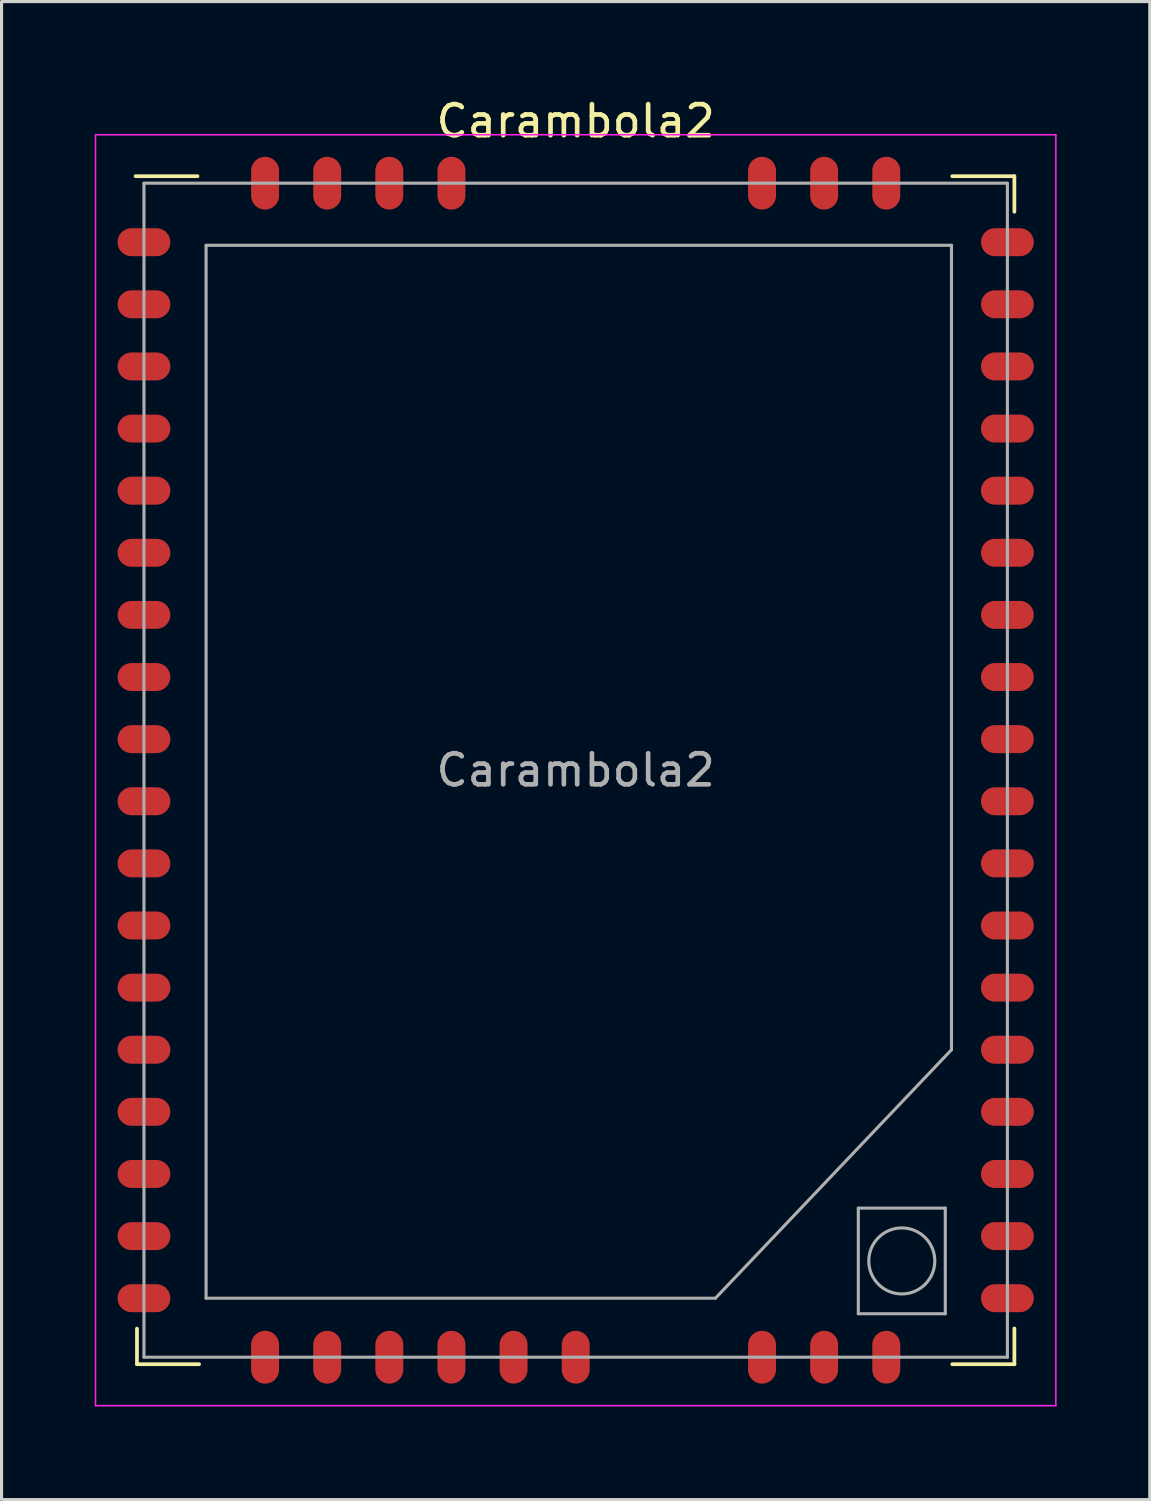
<source format=kicad_pcb>
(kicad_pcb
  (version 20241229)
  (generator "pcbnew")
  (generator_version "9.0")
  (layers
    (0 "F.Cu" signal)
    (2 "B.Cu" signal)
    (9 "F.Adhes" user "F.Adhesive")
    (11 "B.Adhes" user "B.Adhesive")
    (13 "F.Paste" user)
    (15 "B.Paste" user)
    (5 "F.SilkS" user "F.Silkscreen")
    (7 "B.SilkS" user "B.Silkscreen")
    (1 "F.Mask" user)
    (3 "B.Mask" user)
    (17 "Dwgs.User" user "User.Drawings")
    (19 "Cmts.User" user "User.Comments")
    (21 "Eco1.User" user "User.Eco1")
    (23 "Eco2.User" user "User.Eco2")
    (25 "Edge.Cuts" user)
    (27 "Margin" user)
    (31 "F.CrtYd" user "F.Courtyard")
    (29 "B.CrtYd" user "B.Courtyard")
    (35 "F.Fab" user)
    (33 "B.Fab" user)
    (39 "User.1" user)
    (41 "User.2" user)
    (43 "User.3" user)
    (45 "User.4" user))
  (footprint "Carambola2"
    (layer "F.Cu")
    (at 15.485 21.748)
    (property "Reference" "Carambola2" (at 0 -20.9 0) (layer "F.SilkS") (effects (font (size 1 1) (thickness 0.15))))
    (attr smd)
    (fp_line (start -14.17 -19.125) (end -12.175 -19.125) (stroke (width 0.12) (type solid)) (layer "F.SilkS"))
    (fp_line (start -14.125 17.98) (end -14.125 19.125) (stroke (width 0.12) (type solid)) (layer "F.SilkS"))
    (fp_line (start -12.125 19.125) (end -14.125 19.125) (stroke (width 0.12) (type solid)) (layer "F.SilkS"))
    (fp_line (start 12.125 -19.125) (end 14.125 -19.125) (stroke (width 0.12) (type solid)) (layer "F.SilkS"))
    (fp_line (start 12.125 19.125) (end 14.125 19.125) (stroke (width 0.12) (type solid)) (layer "F.SilkS"))
    (fp_line (start 14.125 -17.98) (end 14.125 -19.125) (stroke (width 0.12) (type solid)) (layer "F.SilkS"))
    (fp_line (start 14.125 17.975) (end 14.125 19.125) (stroke (width 0.12) (type solid)) (layer "F.SilkS"))
    (fp_line (start -15.46 -20.46) (end 15.46 -20.46) (stroke (width 0.05) (type solid)) (layer "F.CrtYd"))
    (fp_line (start -15.46 20.46) (end -15.46 -20.46) (stroke (width 0.05) (type solid)) (layer "F.CrtYd"))
    (fp_line (start 15.46 -20.46) (end 15.46 20.46) (stroke (width 0.05) (type solid)) (layer "F.CrtYd"))
    (fp_line (start 15.46 20.46) (end -15.46 20.46) (stroke (width 0.05) (type solid)) (layer "F.CrtYd"))
    (fp_line (start -13.9 -18.9) (end -13.9 18.9) (stroke (width 0.1) (type solid)) (layer "F.Fab"))
    (fp_line (start -13.9 18.9) (end 13.9 18.9) (stroke (width 0.1) (type solid)) (layer "F.Fab"))
    (fp_line (start -11.9 -16.9) (end -11.9 17) (stroke (width 0.1) (type solid)) (layer "F.Fab"))
    (fp_line (start -11.9 17) (end 4.5 17) (stroke (width 0.1) (type solid)) (layer "F.Fab"))
    (fp_line (start 4.5 17) (end 12.1 9) (stroke (width 0.1) (type solid)) (layer "F.Fab"))
    (fp_line (start 9.1 14.1) (end 11.9 14.1) (stroke (width 0.1) (type solid)) (layer "F.Fab"))
    (fp_line (start 9.1 17.5) (end 9.1 14.1) (stroke (width 0.1) (type solid)) (layer "F.Fab"))
    (fp_line (start 11.9 14.1) (end 11.9 17.5) (stroke (width 0.1) (type solid)) (layer "F.Fab"))
    (fp_line (start 11.9 17.5) (end 9.1 17.5) (stroke (width 0.1) (type solid)) (layer "F.Fab"))
    (fp_line (start 12.1 -16.9) (end -11.9 -16.9) (stroke (width 0.1) (type solid)) (layer "F.Fab"))
    (fp_line (start 12.1 9) (end 12.1 -16.9) (stroke (width 0.1) (type solid)) (layer "F.Fab"))
    (fp_line (start 13.9 -18.9) (end -13.9 -18.9) (stroke (width 0.1) (type solid)) (layer "F.Fab"))
    (fp_line (start 13.9 18.9) (end 13.9 -18.9) (stroke (width 0.1) (type solid)) (layer "F.Fab"))
    (fp_circle (center 10.5 15.8) (end 10.5 16.863) (stroke (width 0.1) (type solid)) (fill no) (layer "F.Fab"))
    (fp_text user "${REFERENCE}" (at 0 0 0) (layer "F.Fab") (effects (font (size 1 1) (thickness 0.15))))
    (pad "" smd custom (at -13.5 -17 180) (size 0.9 0.9) (layers "F.Paste") (options (anchor circle)) (primitives (gr_poly (pts (xy 1.27 0.45) (xy -0.01 0.45) (xy -0.01 -0.45) (xy 1.27 -0.45)) (width 0) (fill yes)) (gr_poly (pts (xy 0.76 -0.63) (xy 1.63 -0.63) (xy 1.63 0.63) (xy 0.76 0.63)) (width 0.2) (fill yes))))
    (pad "" smd custom (at -13.5 -15 180) (size 0.9 0.9) (layers "F.Paste") (options (anchor circle)) (primitives (gr_poly (pts (xy 1.27 0.45) (xy -0.01 0.45) (xy -0.01 -0.45) (xy 1.27 -0.45)) (width 0) (fill yes)) (gr_poly (pts (xy 0.76 -0.63) (xy 1.63 -0.63) (xy 1.63 0.63) (xy 0.76 0.63)) (width 0.2) (fill yes))))
    (pad "" smd custom (at -13.5 -13 180) (size 0.9 0.9) (layers "F.Paste") (options (anchor circle)) (primitives (gr_poly (pts (xy 1.27 0.45) (xy -0.01 0.45) (xy -0.01 -0.45) (xy 1.27 -0.45)) (width 0) (fill yes)) (gr_poly (pts (xy 0.76 -0.63) (xy 1.63 -0.63) (xy 1.63 0.63) (xy 0.76 0.63)) (width 0.2) (fill yes))))
    (pad "" smd custom (at -13.5 -9 180) (size 0.9 0.9) (layers "F.Paste") (options (anchor circle)) (primitives (gr_poly (pts (xy 1.27 0.45) (xy -0.01 0.45) (xy -0.01 -0.45) (xy 1.27 -0.45)) (width 0) (fill yes)) (gr_poly (pts (xy 0.76 -0.63) (xy 1.63 -0.63) (xy 1.63 0.63) (xy 0.76 0.63)) (width 0.2) (fill yes))))
    (pad "" smd custom (at -13.5 -7 180) (size 0.9 0.9) (layers "F.Paste") (options (anchor circle)) (primitives (gr_poly (pts (xy 1.27 0.45) (xy -0.01 0.45) (xy -0.01 -0.45) (xy 1.27 -0.45)) (width 0) (fill yes)) (gr_poly (pts (xy 0.76 -0.63) (xy 1.63 -0.63) (xy 1.63 0.63) (xy 0.76 0.63)) (width 0.2) (fill yes))))
    (pad "" smd custom (at -13.5 -5 180) (size 0.9 0.9) (layers "F.Paste") (options (anchor circle)) (primitives (gr_poly (pts (xy 1.27 0.45) (xy -0.01 0.45) (xy -0.01 -0.45) (xy 1.27 -0.45)) (width 0) (fill yes)) (gr_poly (pts (xy 0.76 -0.63) (xy 1.63 -0.63) (xy 1.63 0.63) (xy 0.76 0.63)) (width 0.2) (fill yes))))
    (pad "" smd custom (at -13.5 -3 180) (size 0.9 0.9) (layers "F.Paste") (options (anchor circle)) (primitives (gr_poly (pts (xy 1.27 0.45) (xy -0.01 0.45) (xy -0.01 -0.45) (xy 1.27 -0.45)) (width 0) (fill yes)) (gr_poly (pts (xy 0.76 -0.63) (xy 1.63 -0.63) (xy 1.63 0.63) (xy 0.76 0.63)) (width 0.2) (fill yes))))
    (pad "" smd custom (at -13.5 -1 180) (size 0.9 0.9) (layers "F.Paste") (options (anchor circle)) (primitives (gr_poly (pts (xy 1.27 0.45) (xy -0.01 0.45) (xy -0.01 -0.45) (xy 1.27 -0.45)) (width 0) (fill yes)) (gr_poly (pts (xy 0.76 -0.63) (xy 1.63 -0.63) (xy 1.63 0.63) (xy 0.76 0.63)) (width 0.2) (fill yes))))
    (pad "" smd custom (at -13.5 1 180) (size 0.9 0.9) (layers "F.Paste") (options (anchor circle)) (primitives (gr_poly (pts (xy 1.27 0.45) (xy -0.01 0.45) (xy -0.01 -0.45) (xy 1.27 -0.45)) (width 0) (fill yes)) (gr_poly (pts (xy 0.76 -0.63) (xy 1.63 -0.63) (xy 1.63 0.63) (xy 0.76 0.63)) (width 0.2) (fill yes))))
    (pad "" smd custom (at -13.5 3 180) (size 0.9 0.9) (layers "F.Paste") (options (anchor circle)) (primitives (gr_poly (pts (xy 1.27 0.45) (xy -0.01 0.45) (xy -0.01 -0.45) (xy 1.27 -0.45)) (width 0) (fill yes)) (gr_poly (pts (xy 0.76 -0.63) (xy 1.63 -0.63) (xy 1.63 0.63) (xy 0.76 0.63)) (width 0.2) (fill yes))))
    (pad "" smd custom (at -13.5 5 180) (size 0.9 0.9) (layers "F.Paste") (options (anchor circle)) (primitives (gr_poly (pts (xy 1.27 0.45) (xy -0.01 0.45) (xy -0.01 -0.45) (xy 1.27 -0.45)) (width 0) (fill yes)) (gr_poly (pts (xy 0.76 -0.63) (xy 1.63 -0.63) (xy 1.63 0.63) (xy 0.76 0.63)) (width 0.2) (fill yes))))
    (pad "" smd custom (at -13.5 7 180) (size 0.9 0.9) (layers "F.Paste") (options (anchor circle)) (primitives (gr_poly (pts (xy 1.27 0.45) (xy -0.01 0.45) (xy -0.01 -0.45) (xy 1.27 -0.45)) (width 0) (fill yes)) (gr_poly (pts (xy 0.76 -0.63) (xy 1.63 -0.63) (xy 1.63 0.63) (xy 0.76 0.63)) (width 0.2) (fill yes))))
    (pad "" smd custom (at -13.5 9 180) (size 0.9 0.9) (layers "F.Paste") (options (anchor circle)) (primitives (gr_poly (pts (xy 1.27 0.45) (xy -0.01 0.45) (xy -0.01 -0.45) (xy 1.27 -0.45)) (width 0) (fill yes)) (gr_poly (pts (xy 0.76 -0.63) (xy 1.63 -0.63) (xy 1.63 0.63) (xy 0.76 0.63)) (width 0.2) (fill yes))))
    (pad "" smd custom (at -13.5 11 180) (size 0.9 0.9) (layers "F.Paste") (options (anchor circle)) (primitives (gr_poly (pts (xy 1.27 0.45) (xy -0.01 0.45) (xy -0.01 -0.45) (xy 1.27 -0.45)) (width 0) (fill yes)) (gr_poly (pts (xy 0.76 -0.63) (xy 1.63 -0.63) (xy 1.63 0.63) (xy 0.76 0.63)) (width 0.2) (fill yes))))
    (pad "" smd custom (at -13.5 15 180) (size 0.9 0.9) (layers "F.Paste") (options (anchor circle)) (primitives (gr_poly (pts (xy 1.27 0.45) (xy -0.01 0.45) (xy -0.01 -0.45) (xy 1.27 -0.45)) (width 0) (fill yes)) (gr_poly (pts (xy 0.76 -0.63) (xy 1.63 -0.63) (xy 1.63 0.63) (xy 0.76 0.63)) (width 0.2) (fill yes))))
    (pad "" smd custom (at -13.5 17 180) (size 0.9 0.9) (layers "F.Paste") (options (anchor circle)) (primitives (gr_poly (pts (xy 1.27 0.45) (xy -0.01 0.45) (xy -0.01 -0.45) (xy 1.27 -0.45)) (width 0) (fill yes)) (gr_poly (pts (xy 0.76 -0.63) (xy 1.63 -0.63) (xy 1.63 0.63) (xy 0.76 0.63)) (width 0.2) (fill yes))))
    (pad "" smd custom (at -13.45 -11 180) (size 0.9 0.9) (layers "F.Paste") (options (anchor circle)) (primitives (gr_poly (pts (xy 1.27 0.45) (xy -0.01 0.45) (xy -0.01 -0.45) (xy 1.27 -0.45)) (width 0) (fill yes)) (gr_poly (pts (xy 0.76 -0.63) (xy 1.63 -0.63) (xy 1.63 0.63) (xy 0.76 0.63)) (width 0.2) (fill yes))))
    (pad "" smd custom (at -13.45 13 180) (size 0.9 0.9) (layers "F.Paste") (options (anchor circle)) (primitives (gr_poly (pts (xy 1.27 0.45) (xy -0.01 0.45) (xy -0.01 -0.45) (xy 1.27 -0.45)) (width 0) (fill yes)) (gr_poly (pts (xy 0.76 -0.63) (xy 1.63 -0.63) (xy 1.63 0.63) (xy 0.76 0.63)) (width 0.2) (fill yes))))
    (pad "" smd custom (at -10 -18.5 90) (size 0.9 0.9) (layers "F.Paste") (options (anchor circle)) (primitives (gr_poly (pts (xy 1.27 0.45) (xy -0.01 0.45) (xy -0.01 -0.45) (xy 1.27 -0.45)) (width 0) (fill yes)) (gr_poly (pts (xy 0.76 -0.63) (xy 1.63 -0.63) (xy 1.63 0.63) (xy 0.76 0.63)) (width 0.2) (fill yes))))
    (pad "" smd custom (at -10 18.5 270) (size 0.9 0.9) (layers "F.Paste") (options (anchor circle)) (primitives (gr_poly (pts (xy 1.27 0.45) (xy -0.01 0.45) (xy -0.01 -0.45) (xy 1.27 -0.45)) (width 0) (fill yes)) (gr_poly (pts (xy 0.76 -0.63) (xy 1.63 -0.63) (xy 1.63 0.63) (xy 0.76 0.63)) (width 0.2) (fill yes))))
    (pad "" smd custom (at -8 -18.5 90) (size 0.9 0.9) (layers "F.Paste") (options (anchor circle)) (primitives (gr_poly (pts (xy 1.27 0.45) (xy -0.01 0.45) (xy -0.01 -0.45) (xy 1.27 -0.45)) (width 0) (fill yes)) (gr_poly (pts (xy 0.76 -0.63) (xy 1.63 -0.63) (xy 1.63 0.63) (xy 0.76 0.63)) (width 0.2) (fill yes))))
    (pad "" smd custom (at -8 18.5 270) (size 0.9 0.9) (layers "F.Paste") (options (anchor circle)) (primitives (gr_poly (pts (xy 1.27 0.45) (xy -0.01 0.45) (xy -0.01 -0.45) (xy 1.27 -0.45)) (width 0) (fill yes)) (gr_poly (pts (xy 0.76 -0.63) (xy 1.63 -0.63) (xy 1.63 0.63) (xy 0.76 0.63)) (width 0.2) (fill yes))))
    (pad "" smd custom (at -6 -18.5 90) (size 0.9 0.9) (layers "F.Paste") (options (anchor circle)) (primitives (gr_poly (pts (xy 1.27 0.45) (xy -0.01 0.45) (xy -0.01 -0.45) (xy 1.27 -0.45)) (width 0) (fill yes)) (gr_poly (pts (xy 0.76 -0.63) (xy 1.63 -0.63) (xy 1.63 0.63) (xy 0.76 0.63)) (width 0.2) (fill yes))))
    (pad "" smd custom (at -6 18.5 270) (size 0.9 0.9) (layers "F.Paste") (options (anchor circle)) (primitives (gr_poly (pts (xy 1.27 0.45) (xy -0.01 0.45) (xy -0.01 -0.45) (xy 1.27 -0.45)) (width 0) (fill yes)) (gr_poly (pts (xy 0.76 -0.63) (xy 1.63 -0.63) (xy 1.63 0.63) (xy 0.76 0.63)) (width 0.2) (fill yes))))
    (pad "" smd custom (at -4 -18.5 90) (size 0.9 0.9) (layers "F.Paste") (options (anchor circle)) (primitives (gr_poly (pts (xy 1.27 0.45) (xy -0.01 0.45) (xy -0.01 -0.45) (xy 1.27 -0.45)) (width 0) (fill yes)) (gr_poly (pts (xy 0.76 -0.63) (xy 1.63 -0.63) (xy 1.63 0.63) (xy 0.76 0.63)) (width 0.2) (fill yes))))
    (pad "" smd custom (at -4 18.5 270) (size 0.9 0.9) (layers "F.Paste") (options (anchor circle)) (primitives (gr_poly (pts (xy 1.27 0.45) (xy -0.01 0.45) (xy -0.01 -0.45) (xy 1.27 -0.45)) (width 0) (fill yes)) (gr_poly (pts (xy 0.76 -0.63) (xy 1.63 -0.63) (xy 1.63 0.63) (xy 0.76 0.63)) (width 0.2) (fill yes))))
    (pad "" smd custom (at -2 18.5 270) (size 0.9 0.9) (layers "F.Paste") (options (anchor circle)) (primitives (gr_poly (pts (xy 1.27 0.45) (xy -0.01 0.45) (xy -0.01 -0.45) (xy 1.27 -0.45)) (width 0) (fill yes)) (gr_poly (pts (xy 0.76 -0.63) (xy 1.63 -0.63) (xy 1.63 0.63) (xy 0.76 0.63)) (width 0.2) (fill yes))))
    (pad "" smd custom (at 0 18.5 270) (size 0.9 0.9) (layers "F.Paste") (options (anchor circle)) (primitives (gr_poly (pts (xy 1.27 0.45) (xy -0.01 0.45) (xy -0.01 -0.45) (xy 1.27 -0.45)) (width 0) (fill yes)) (gr_poly (pts (xy 0.76 -0.63) (xy 1.63 -0.63) (xy 1.63 0.63) (xy 0.76 0.63)) (width 0.2) (fill yes))))
    (pad "" smd custom (at 6 -18.5 90) (size 0.9 0.9) (layers "F.Paste") (options (anchor circle)) (primitives (gr_poly (pts (xy 1.27 0.45) (xy -0.01 0.45) (xy -0.01 -0.45) (xy 1.27 -0.45)) (width 0) (fill yes)) (gr_poly (pts (xy 0.76 -0.63) (xy 1.63 -0.63) (xy 1.63 0.63) (xy 0.76 0.63)) (width 0.2) (fill yes))))
    (pad "" smd custom (at 6 18.5 270) (size 0.9 0.9) (layers "F.Paste") (options (anchor circle)) (primitives (gr_poly (pts (xy 1.27 0.45) (xy -0.01 0.45) (xy -0.01 -0.45) (xy 1.27 -0.45)) (width 0) (fill yes)) (gr_poly (pts (xy 0.76 -0.63) (xy 1.63 -0.63) (xy 1.63 0.63) (xy 0.76 0.63)) (width 0.2) (fill yes))))
    (pad "" smd custom (at 8 -18.5 90) (size 0.9 0.9) (layers "F.Paste") (options (anchor circle)) (primitives (gr_poly (pts (xy 1.27 0.45) (xy -0.01 0.45) (xy -0.01 -0.45) (xy 1.27 -0.45)) (width 0) (fill yes)) (gr_poly (pts (xy 0.76 -0.63) (xy 1.63 -0.63) (xy 1.63 0.63) (xy 0.76 0.63)) (width 0.2) (fill yes))))
    (pad "" smd custom (at 8 18.5 270) (size 0.9 0.9) (layers "F.Paste") (options (anchor circle)) (primitives (gr_poly (pts (xy 0.1 -0.58) (xy 1.25 -0.58) (xy 1.25 0.57) (xy 0.1 0.57)) (width 0.2) (fill yes))))
    (pad "" smd custom (at 10 -18.5 90) (size 0.9 0.9) (layers "F.Paste") (options (anchor circle)) (primitives (gr_poly (pts (xy 1.27 0.45) (xy -0.01 0.45) (xy -0.01 -0.45) (xy 1.27 -0.45)) (width 0) (fill yes)) (gr_poly (pts (xy 0.76 -0.63) (xy 1.63 -0.63) (xy 1.63 0.63) (xy 0.76 0.63)) (width 0.2) (fill yes))))
    (pad "" smd custom (at 10 18.5 270) (size 0.9 0.9) (layers "F.Paste") (options (anchor circle)) (primitives (gr_poly (pts (xy 1.27 0.45) (xy -0.01 0.45) (xy -0.01 -0.45) (xy 1.27 -0.45)) (width 0) (fill yes)) (gr_poly (pts (xy 0.76 -0.63) (xy 1.63 -0.63) (xy 1.63 0.63) (xy 0.76 0.63)) (width 0.2) (fill yes))))
    (pad "" smd custom (at 13.5 -17) (size 0.9 0.9) (layers "F.Paste") (options (anchor circle)) (primitives (gr_poly (pts (xy 1.27 0.45) (xy -0.01 0.45) (xy -0.01 -0.45) (xy 1.27 -0.45)) (width 0) (fill yes)) (gr_poly (pts (xy 0.76 -0.63) (xy 1.63 -0.63) (xy 1.63 0.63) (xy 0.76 0.63)) (width 0.2) (fill yes))))
    (pad "" smd custom (at 13.5 -15) (size 0.9 0.9) (layers "F.Paste") (options (anchor circle)) (primitives (gr_poly (pts (xy 1.27 0.45) (xy -0.01 0.45) (xy -0.01 -0.45) (xy 1.27 -0.45)) (width 0) (fill yes)) (gr_poly (pts (xy 0.76 -0.63) (xy 1.63 -0.63) (xy 1.63 0.63) (xy 0.76 0.63)) (width 0.2) (fill yes))))
    (pad "" smd custom (at 13.5 -13) (size 0.9 0.9) (layers "F.Paste") (options (anchor circle)) (primitives (gr_poly (pts (xy 1.27 0.45) (xy -0.01 0.45) (xy -0.01 -0.45) (xy 1.27 -0.45)) (width 0) (fill yes)) (gr_poly (pts (xy 0.76 -0.63) (xy 1.63 -0.63) (xy 1.63 0.63) (xy 0.76 0.63)) (width 0.2) (fill yes))))
    (pad "" smd custom (at 13.5 -11) (size 0.9 0.9) (layers "F.Paste") (options (anchor circle)) (primitives (gr_poly (pts (xy 1.27 0.45) (xy -0.01 0.45) (xy -0.01 -0.45) (xy 1.27 -0.45)) (width 0) (fill yes)) (gr_poly (pts (xy 0.76 -0.63) (xy 1.63 -0.63) (xy 1.63 0.63) (xy 0.76 0.63)) (width 0.2) (fill yes))))
    (pad "" smd custom (at 13.5 -9) (size 0.9 0.9) (layers "F.Paste") (options (anchor circle)) (primitives (gr_poly (pts (xy 1.27 0.45) (xy -0.01 0.45) (xy -0.01 -0.45) (xy 1.27 -0.45)) (width 0) (fill yes)) (gr_poly (pts (xy 0.76 -0.63) (xy 1.63 -0.63) (xy 1.63 0.63) (xy 0.76 0.63)) (width 0.2) (fill yes))))
    (pad "" smd custom (at 13.5 -7) (size 0.9 0.9) (layers "F.Paste") (options (anchor circle)) (primitives (gr_poly (pts (xy 1.27 0.45) (xy -0.01 0.45) (xy -0.01 -0.45) (xy 1.27 -0.45)) (width 0) (fill yes)) (gr_poly (pts (xy 0.76 -0.63) (xy 1.63 -0.63) (xy 1.63 0.63) (xy 0.76 0.63)) (width 0.2) (fill yes))))
    (pad "" smd custom (at 13.5 -5) (size 0.9 0.9) (layers "F.Paste") (options (anchor circle)) (primitives (gr_poly (pts (xy 1.27 0.45) (xy -0.01 0.45) (xy -0.01 -0.45) (xy 1.27 -0.45)) (width 0) (fill yes)) (gr_poly (pts (xy 0.76 -0.63) (xy 1.63 -0.63) (xy 1.63 0.63) (xy 0.76 0.63)) (width 0.2) (fill yes))))
    (pad "" smd custom (at 13.5 -3) (size 0.9 0.9) (layers "F.Paste") (options (anchor circle)) (primitives (gr_poly (pts (xy 1.27 0.45) (xy -0.01 0.45) (xy -0.01 -0.45) (xy 1.27 -0.45)) (width 0) (fill yes)) (gr_poly (pts (xy 0.76 -0.63) (xy 1.63 -0.63) (xy 1.63 0.63) (xy 0.76 0.63)) (width 0.2) (fill yes))))
    (pad "" smd custom (at 13.5 -1) (size 0.9 0.9) (layers "F.Paste") (options (anchor circle)) (primitives (gr_poly (pts (xy 1.27 0.45) (xy -0.01 0.45) (xy -0.01 -0.45) (xy 1.27 -0.45)) (width 0) (fill yes)) (gr_poly (pts (xy 0.76 -0.63) (xy 1.63 -0.63) (xy 1.63 0.63) (xy 0.76 0.63)) (width 0.2) (fill yes))))
    (pad "" smd custom (at 13.5 1) (size 0.9 0.9) (layers "F.Paste") (options (anchor circle)) (primitives (gr_poly (pts (xy 1.27 0.45) (xy -0.01 0.45) (xy -0.01 -0.45) (xy 1.27 -0.45)) (width 0) (fill yes)) (gr_poly (pts (xy 0.76 -0.63) (xy 1.63 -0.63) (xy 1.63 0.63) (xy 0.76 0.63)) (width 0.2) (fill yes))))
    (pad "" smd custom (at 13.5 3) (size 0.9 0.9) (layers "F.Paste") (options (anchor circle)) (primitives (gr_poly (pts (xy 1.27 0.45) (xy -0.01 0.45) (xy -0.01 -0.45) (xy 1.27 -0.45)) (width 0) (fill yes)) (gr_poly (pts (xy 0.76 -0.63) (xy 1.63 -0.63) (xy 1.63 0.63) (xy 0.76 0.63)) (width 0.2) (fill yes))))
    (pad "" smd custom (at 13.5 5) (size 0.9 0.9) (layers "F.Paste") (options (anchor circle)) (primitives (gr_poly (pts (xy 1.27 0.45) (xy -0.01 0.45) (xy -0.01 -0.45) (xy 1.27 -0.45)) (width 0) (fill yes)) (gr_poly (pts (xy 0.76 -0.63) (xy 1.63 -0.63) (xy 1.63 0.63) (xy 0.76 0.63)) (width 0.2) (fill yes))))
    (pad "" smd custom (at 13.5 7) (size 0.9 0.9) (layers "F.Paste") (options (anchor circle)) (primitives (gr_poly (pts (xy 1.27 0.45) (xy -0.01 0.45) (xy -0.01 -0.45) (xy 1.27 -0.45)) (width 0) (fill yes)) (gr_poly (pts (xy 0.76 -0.63) (xy 1.63 -0.63) (xy 1.63 0.63) (xy 0.76 0.63)) (width 0.2) (fill yes))))
    (pad "" smd custom (at 13.5 9) (size 0.9 0.9) (layers "F.Paste") (options (anchor circle)) (primitives (gr_poly (pts (xy 1.27 0.45) (xy -0.01 0.45) (xy -0.01 -0.45) (xy 1.27 -0.45)) (width 0) (fill yes)) (gr_poly (pts (xy 0.76 -0.63) (xy 1.63 -0.63) (xy 1.63 0.63) (xy 0.76 0.63)) (width 0.2) (fill yes))))
    (pad "" smd custom (at 13.5 11) (size 0.9 0.9) (layers "F.Paste") (options (anchor circle)) (primitives (gr_poly (pts (xy 1.27 0.45) (xy -0.01 0.45) (xy -0.01 -0.45) (xy 1.27 -0.45)) (width 0) (fill yes)) (gr_poly (pts (xy 0.76 -0.63) (xy 1.63 -0.63) (xy 1.63 0.63) (xy 0.76 0.63)) (width 0.2) (fill yes))))
    (pad "" smd custom (at 13.5 13) (size 0.9 0.9) (layers "F.Paste") (options (anchor circle)) (primitives (gr_poly (pts (xy 1.27 0.45) (xy -0.01 0.45) (xy -0.01 -0.45) (xy 1.27 -0.45)) (width 0) (fill yes)) (gr_poly (pts (xy 0.76 -0.63) (xy 1.63 -0.63) (xy 1.63 0.63) (xy 0.76 0.63)) (width 0.2) (fill yes))))
    (pad "" smd custom (at 13.5 15) (size 0.9 0.9) (layers "F.Paste") (options (anchor circle)) (primitives (gr_poly (pts (xy 1.27 0.45) (xy -0.01 0.45) (xy -0.01 -0.45) (xy 1.27 -0.45)) (width 0) (fill yes)) (gr_poly (pts (xy 0.76 -0.63) (xy 1.63 -0.63) (xy 1.63 0.63) (xy 0.76 0.63)) (width 0.2) (fill yes))))
    (pad "" smd custom (at 13.5 17) (size 0.9 0.9) (layers "F.Paste") (options (anchor circle)) (primitives (gr_poly (pts (xy 1.27 0.45) (xy -0.01 0.45) (xy -0.01 -0.45) (xy 1.27 -0.45)) (width 0) (fill yes)) (gr_poly (pts (xy 0.76 -0.63) (xy 1.63 -0.63) (xy 1.63 0.63) (xy 0.76 0.63)) (width 0.2) (fill yes))))
    (pad "1" smd oval (at -13.9 -17 90) (size 0.9 1.7) (layers "F.Cu" "F.Mask"))
    (pad "2" smd oval (at -13.9 -15 90) (size 0.9 1.7) (layers "F.Cu" "F.Mask"))
    (pad "3" smd oval (at -13.9 -13 90) (size 0.9 1.7) (layers "F.Cu" "F.Mask"))
    (pad "4" smd oval (at -13.9 -11 90) (size 0.9 1.7) (layers "F.Cu" "F.Mask"))
    (pad "5" smd oval (at -13.9 -9 90) (size 0.9 1.7) (layers "F.Cu" "F.Mask"))
    (pad "6" smd oval (at -13.9 -7 90) (size 0.9 1.7) (layers "F.Cu" "F.Mask"))
    (pad "7" smd oval (at -13.9 -5 90) (size 0.9 1.7) (layers "F.Cu" "F.Mask"))
    (pad "8" smd oval (at -13.9 -3 90) (size 0.9 1.7) (layers "F.Cu" "F.Mask"))
    (pad "9" smd oval (at -13.9 -1 90) (size 0.9 1.7) (layers "F.Cu" "F.Mask"))
    (pad "10" smd oval (at -13.9 1 90) (size 0.9 1.7) (layers "F.Cu" "F.Mask"))
    (pad "11" smd oval (at -13.9 3 90) (size 0.9 1.7) (layers "F.Cu" "F.Mask"))
    (pad "12" smd oval (at -13.9 5 90) (size 0.9 1.7) (layers "F.Cu" "F.Mask"))
    (pad "13" smd oval (at -13.9 7 90) (size 0.9 1.7) (layers "F.Cu" "F.Mask"))
    (pad "14" smd oval (at -13.9 9 270) (size 0.9 1.7) (layers "F.Cu" "F.Mask"))
    (pad "15" smd oval (at -13.9 11 270) (size 0.9 1.7) (layers "F.Cu" "F.Mask"))
    (pad "16" smd oval (at -13.9 13 270) (size 0.9 1.7) (layers "F.Cu" "F.Mask"))
    (pad "17" smd oval (at -13.9 15 270) (size 0.9 1.7) (layers "F.Cu" "F.Mask"))
    (pad "18" smd oval (at -13.9 17 270) (size 0.9 1.7) (layers "F.Cu" "F.Mask"))
    (pad "19" smd oval (at -10 18.9) (size 0.9 1.7) (layers "F.Cu" "F.Mask"))
    (pad "20" smd oval (at -8 18.9) (size 0.9 1.7) (layers "F.Cu" "F.Mask"))
    (pad "21" smd oval (at -6 18.9) (size 0.9 1.7) (layers "F.Cu" "F.Mask"))
    (pad "22" smd oval (at -4 18.9) (size 0.9 1.7) (layers "F.Cu" "F.Mask"))
    (pad "23" smd oval (at -2 18.9) (size 0.9 1.7) (layers "F.Cu" "F.Mask"))
    (pad "24" smd oval (at 0 18.9) (size 0.9 1.7) (layers "F.Cu" "F.Mask"))
    (pad "25" smd oval (at 6 18.9) (size 0.9 1.7) (layers "F.Cu" "F.Mask"))
    (pad "26" smd oval (at 8 18.9) (size 0.9 1.7) (layers "F.Cu" "F.Mask"))
    (pad "27" smd oval (at 10 18.9) (size 0.9 1.7) (layers "F.Cu" "F.Mask"))
    (pad "28" smd oval (at 13.9 17 90) (size 0.9 1.7) (layers "F.Cu" "F.Mask"))
    (pad "29" smd oval (at 13.9 15 90) (size 0.9 1.7) (layers "F.Cu" "F.Mask"))
    (pad "30" smd oval (at 13.9 13 90) (size 0.9 1.7) (layers "F.Cu" "F.Mask"))
    (pad "31" smd oval (at 13.9 11 90) (size 0.9 1.7) (layers "F.Cu" "F.Mask"))
    (pad "32" smd oval (at 13.9 9 90) (size 0.9 1.7) (layers "F.Cu" "F.Mask"))
    (pad "33" smd oval (at 13.9 7 90) (size 0.9 1.7) (layers "F.Cu" "F.Mask"))
    (pad "34" smd oval (at 13.9 5 90) (size 0.9 1.7) (layers "F.Cu" "F.Mask"))
    (pad "35" smd oval (at 13.9 3 90) (size 0.9 1.7) (layers "F.Cu" "F.Mask"))
    (pad "36" smd oval (at 13.9 1 90) (size 0.9 1.7) (layers "F.Cu" "F.Mask"))
    (pad "37" smd oval (at 13.9 -1 90) (size 0.9 1.7) (layers "F.Cu" "F.Mask"))
    (pad "38" smd oval (at 13.9 -3 90) (size 0.9 1.7) (layers "F.Cu" "F.Mask"))
    (pad "39" smd oval (at 13.9 -5 90) (size 0.9 1.7) (layers "F.Cu" "F.Mask"))
    (pad "40" smd oval (at 13.9 -7 270) (size 0.9 1.7) (layers "F.Cu" "F.Mask"))
    (pad "41" smd oval (at 13.9 -9 270) (size 0.9 1.7) (layers "F.Cu" "F.Mask"))
    (pad "42" smd oval (at 13.9 -11 270) (size 0.9 1.7) (layers "F.Cu" "F.Mask"))
    (pad "43" smd oval (at 13.9 -13 270) (size 0.9 1.7) (layers "F.Cu" "F.Mask"))
    (pad "44" smd oval (at 13.9 -15 270) (size 0.9 1.7) (layers "F.Cu" "F.Mask"))
    (pad "45" smd oval (at 13.9 -17 270) (size 0.9 1.7) (layers "F.Cu" "F.Mask"))
    (pad "46" smd oval (at 10 -18.9) (size 0.9 1.7) (layers "F.Cu" "F.Mask"))
    (pad "47" smd oval (at 8 -18.9) (size 0.9 1.7) (layers "F.Cu" "F.Mask"))
    (pad "48" smd oval (at 6 -18.9) (size 0.9 1.7) (layers "F.Cu" "F.Mask"))
    (pad "49" smd oval (at -4 -18.9) (size 0.9 1.7) (layers "F.Cu" "F.Mask"))
    (pad "50" smd oval (at -6 -18.9) (size 0.9 1.7) (layers "F.Cu" "F.Mask"))
    (pad "51" smd oval (at -8 -18.9) (size 0.9 1.7) (layers "F.Cu" "F.Mask"))
    (pad "52" smd oval (at -10 -18.9) (size 0.9 1.7) (layers "F.Cu" "F.Mask")))
  (gr_rect
    (start -3 -3)
    (end 33.97 45.233)
    (stroke (width 0.1) (type default))
    (fill no)
    (layer "Edge.Cuts")))
</source>
